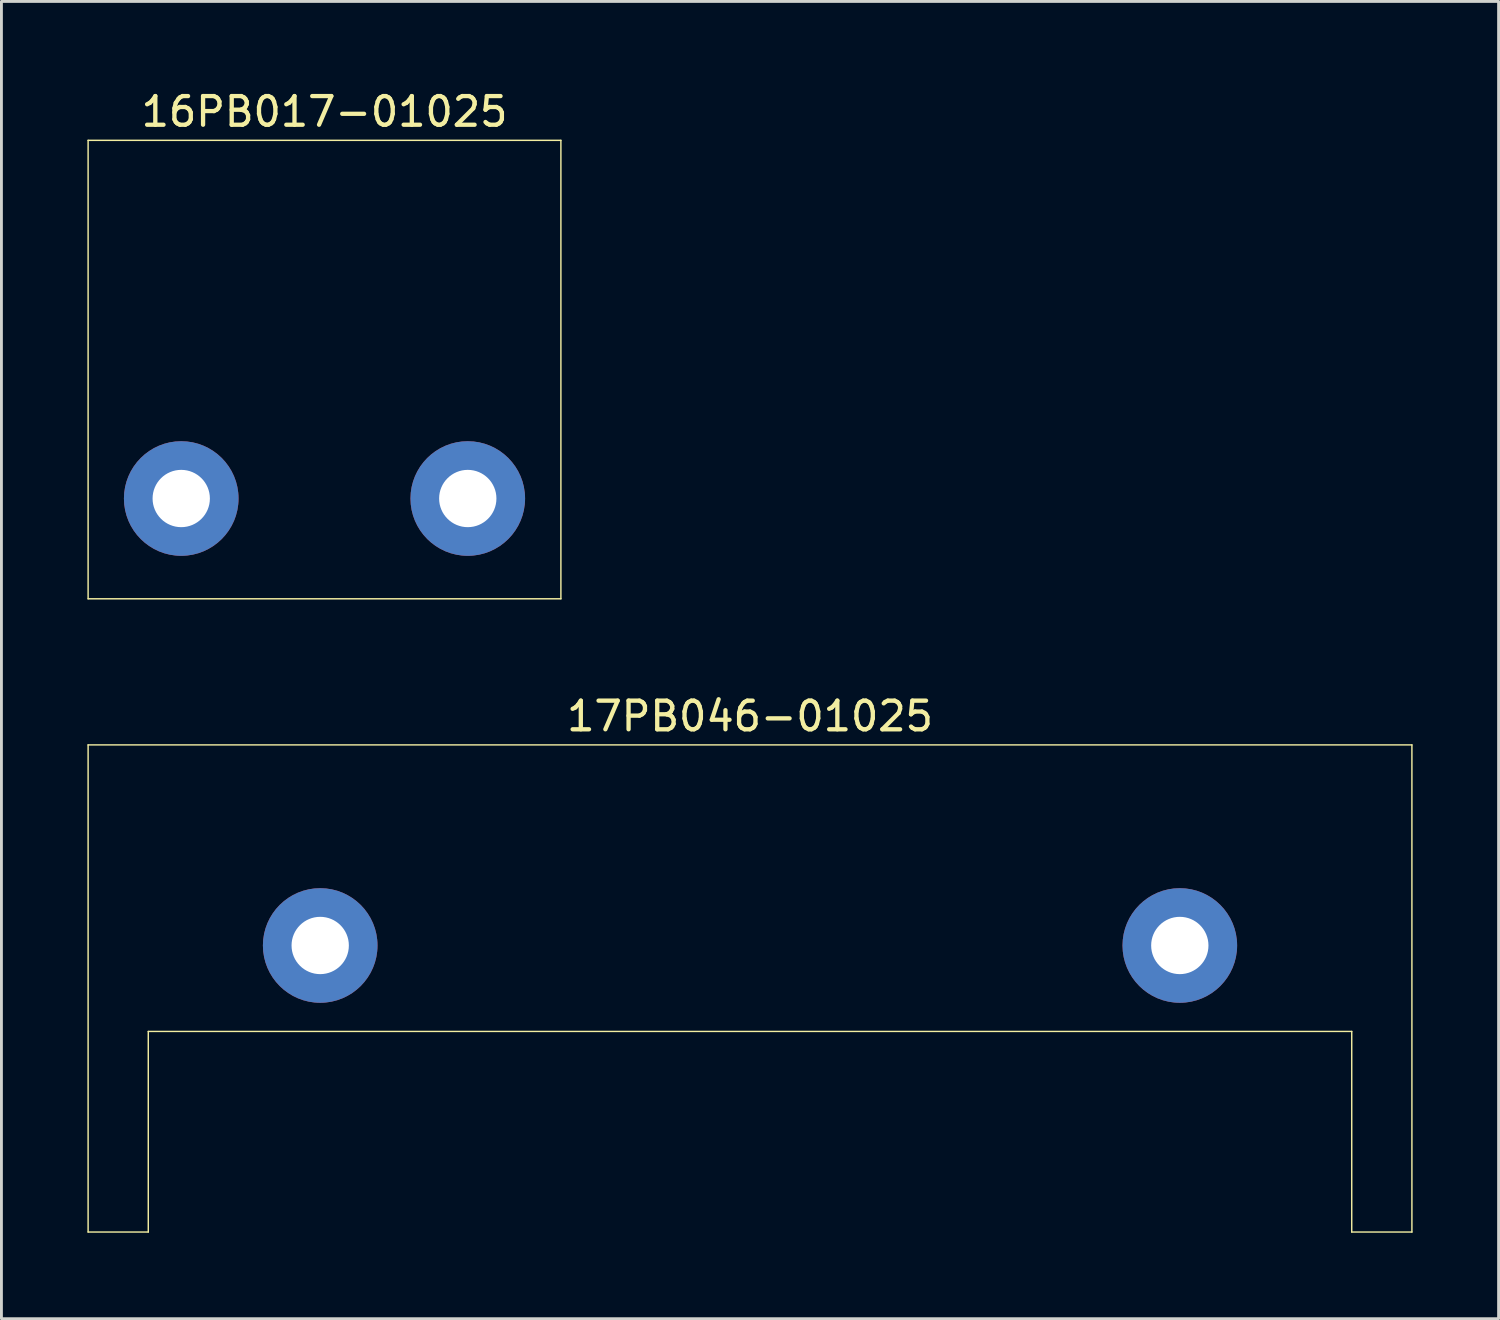
<source format=kicad_pcb>
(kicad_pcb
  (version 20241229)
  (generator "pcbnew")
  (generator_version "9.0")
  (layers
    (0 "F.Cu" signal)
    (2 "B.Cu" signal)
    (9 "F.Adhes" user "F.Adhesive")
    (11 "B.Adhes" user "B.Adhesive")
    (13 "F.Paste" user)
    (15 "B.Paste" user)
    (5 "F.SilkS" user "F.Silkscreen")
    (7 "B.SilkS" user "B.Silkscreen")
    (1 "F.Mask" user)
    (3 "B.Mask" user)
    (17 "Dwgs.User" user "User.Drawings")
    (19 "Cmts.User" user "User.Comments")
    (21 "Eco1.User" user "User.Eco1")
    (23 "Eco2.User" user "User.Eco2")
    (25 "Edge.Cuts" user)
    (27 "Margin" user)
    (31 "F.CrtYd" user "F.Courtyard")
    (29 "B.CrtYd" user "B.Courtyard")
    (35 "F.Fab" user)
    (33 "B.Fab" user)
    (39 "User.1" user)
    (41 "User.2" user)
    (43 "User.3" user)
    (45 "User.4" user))
  (footprint "17PB046-01025"
    (layer "F.Cu")
    (at 23.125 32.947)
    (property "Reference" "17PB046-01025" (at 0 -11 0) (layer "F.SilkS") (effects (font (size 1 1) (thickness 0.15))))
    (attr through_hole)
    (fp_line (start -23.1 -10) (end -23.1 7) (stroke (width 0.05) (type solid)) (layer "F.SilkS"))
    (fp_line (start -23.1 -10) (end 23.1 -10) (stroke (width 0.05) (type solid)) (layer "F.SilkS"))
    (fp_line (start -23.1 7) (end -21 7) (stroke (width 0.05) (type solid)) (layer "F.SilkS"))
    (fp_line (start -21 0) (end -21 7) (stroke (width 0.05) (type solid)) (layer "F.SilkS"))
    (fp_line (start -21 0) (end 21 0) (stroke (width 0.05) (type solid)) (layer "F.SilkS"))
    (fp_line (start 21 0) (end 21 7) (stroke (width 0.05) (type solid)) (layer "F.SilkS"))
    (fp_line (start 21 7) (end 23.1 7) (stroke (width 0.05) (type solid)) (layer "F.SilkS"))
    (fp_line (start 23.1 -10) (end 23.1 7) (stroke (width 0.05) (type solid)) (layer "F.SilkS"))
    (pad "1" thru_hole circle (at -15 -3) (size 4 4) (drill 2) (layers "*.Cu" "*.Mask"))
    (pad "1" thru_hole circle (at 15 -3) (size 4 4) (drill 2) (layers "*.Cu" "*.Mask")))
  (footprint "16PB017-01025"
    (layer "F.Cu")
    (at 8.275 17.848)
    (property "Reference" "16PB017-01025" (at 0 -17 0) (layer "F.SilkS") (effects (font (size 1 1) (thickness 0.15))))
    (attr through_hole)
    (fp_line (start -8.25 -16) (end -8.25 0) (stroke (width 0.05) (type solid)) (layer "F.SilkS"))
    (fp_line (start -8.25 -16) (end 8.25 -16) (stroke (width 0.05) (type solid)) (layer "F.SilkS"))
    (fp_line (start -8.25 0) (end 8.25 0) (stroke (width 0.05) (type solid)) (layer "F.SilkS"))
    (fp_line (start 8.25 -16) (end 8.25 0) (stroke (width 0.05) (type solid)) (layer "F.SilkS"))
    (pad "1" thru_hole circle (at -5 -3.5) (size 4 4) (drill 2) (layers "*.Cu" "*.Mask"))
    (pad "1" thru_hole circle (at 5 -3.5) (size 4 4) (drill 2) (layers "*.Cu" "*.Mask")))
  (gr_rect
    (start -3 -3)
    (end 49.25 42.971)
    (stroke (width 0.1) (type default))
    (fill no)
    (layer "Edge.Cuts")))
</source>
